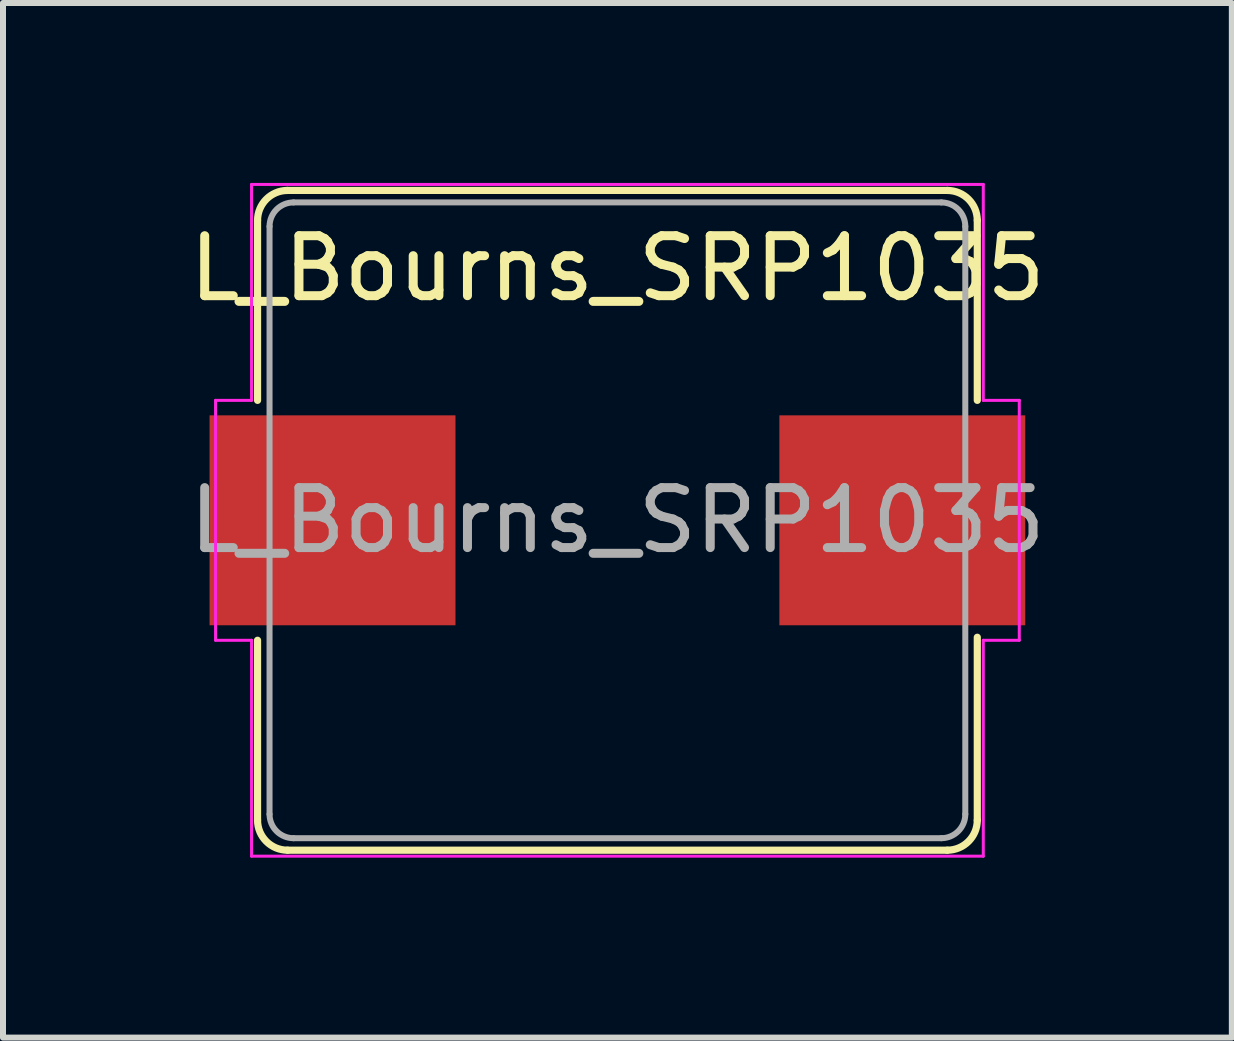
<source format=kicad_pcb>
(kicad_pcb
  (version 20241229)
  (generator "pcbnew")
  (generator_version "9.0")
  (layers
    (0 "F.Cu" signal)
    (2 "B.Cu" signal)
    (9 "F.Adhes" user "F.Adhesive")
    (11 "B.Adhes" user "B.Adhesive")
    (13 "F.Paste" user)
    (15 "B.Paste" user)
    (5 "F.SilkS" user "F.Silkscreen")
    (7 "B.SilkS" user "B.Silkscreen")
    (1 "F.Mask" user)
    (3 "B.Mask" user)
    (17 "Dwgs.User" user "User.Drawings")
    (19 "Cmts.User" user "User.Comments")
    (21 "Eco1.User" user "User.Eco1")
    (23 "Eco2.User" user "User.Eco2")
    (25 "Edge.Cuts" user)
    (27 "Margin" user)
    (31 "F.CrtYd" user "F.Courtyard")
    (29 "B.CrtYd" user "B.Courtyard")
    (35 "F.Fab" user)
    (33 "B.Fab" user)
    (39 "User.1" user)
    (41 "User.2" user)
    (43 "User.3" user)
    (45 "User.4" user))
  (footprint "L_Bourns_SRP1035"
    (layer "F.Cu")
    (at 7.244 5.625)
    (property "Reference" "L_Bourns_SRP1035" (at 0 -4.2 0) (layer "F.SilkS") (effects (font (size 1 1) (thickness 0.15))))
    (attr smd)
    (fp_line (start -6 -2) (end -6 -5) (stroke (width 0.12) (type solid)) (layer "F.SilkS"))
    (fp_line (start -6 5) (end -6 2) (stroke (width 0.12) (type solid)) (layer "F.SilkS"))
    (fp_line (start -5.5 -5.5) (end 5.5 -5.5) (stroke (width 0.12) (type solid)) (layer "F.SilkS"))
    (fp_line (start 5.5 5.5) (end -5.5 5.5) (stroke (width 0.12) (type solid)) (layer "F.SilkS"))
    (fp_line (start 6 -5) (end 6 -2) (stroke (width 0.12) (type solid)) (layer "F.SilkS"))
    (fp_line (start 6 1.95) (end 6 5) (stroke (width 0.12) (type solid)) (layer "F.SilkS"))
    (fp_arc (start -6 -5) (mid -5.853553 -5.353553) (end -5.5 -5.5) (stroke (width 0.12) (type solid)) (layer "F.SilkS"))
    (fp_arc (start -5.5 5.5) (mid -5.853553 5.353553) (end -6 5) (stroke (width 0.12) (type solid)) (layer "F.SilkS"))
    (fp_arc (start 5.5 -5.5) (mid 5.853553 -5.353553) (end 6 -5) (stroke (width 0.12) (type solid)) (layer "F.SilkS"))
    (fp_arc (start 6 5) (mid 5.853553 5.353553) (end 5.5 5.5) (stroke (width 0.12) (type solid)) (layer "F.SilkS"))
    (fp_line (start -6.7 -2) (end -6.1 -2) (stroke (width 0.05) (type solid)) (layer "F.CrtYd"))
    (fp_line (start -6.7 2) (end -6.7 -2) (stroke (width 0.05) (type solid)) (layer "F.CrtYd"))
    (fp_line (start -6.1 -5.6) (end 6.1 -5.6) (stroke (width 0.05) (type solid)) (layer "F.CrtYd"))
    (fp_line (start -6.1 -2) (end -6.1 -5.6) (stroke (width 0.05) (type solid)) (layer "F.CrtYd"))
    (fp_line (start -6.1 2) (end -6.7 2) (stroke (width 0.05) (type solid)) (layer "F.CrtYd"))
    (fp_line (start -6.1 5.6) (end -6.1 2) (stroke (width 0.05) (type solid)) (layer "F.CrtYd"))
    (fp_line (start 6.1 -5.6) (end 6.1 -2) (stroke (width 0.05) (type solid)) (layer "F.CrtYd"))
    (fp_line (start 6.1 -2) (end 6.7 -2) (stroke (width 0.05) (type solid)) (layer "F.CrtYd"))
    (fp_line (start 6.1 2) (end 6.1 5.6) (stroke (width 0.05) (type solid)) (layer "F.CrtYd"))
    (fp_line (start 6.1 5.6) (end -6.1 5.6) (stroke (width 0.05) (type solid)) (layer "F.CrtYd"))
    (fp_line (start 6.7 -2) (end 6.7 2) (stroke (width 0.05) (type solid)) (layer "F.CrtYd"))
    (fp_line (start 6.7 2) (end 6.1 2) (stroke (width 0.05) (type solid)) (layer "F.CrtYd"))
    (fp_line (start -5.8 4.9) (end -5.8 -4.9) (stroke (width 0.1) (type solid)) (layer "F.Fab"))
    (fp_line (start -5.4 -5.3) (end 5.4 -5.3) (stroke (width 0.1) (type solid)) (layer "F.Fab"))
    (fp_line (start 5.4 5.3) (end -5.4 5.3) (stroke (width 0.1) (type solid)) (layer "F.Fab"))
    (fp_line (start 5.8 -4.9) (end 5.8 4.9) (stroke (width 0.1) (type solid)) (layer "F.Fab"))
    (fp_arc (start -5.8 -4.9) (mid -5.682843 -5.182843) (end -5.4 -5.3) (stroke (width 0.1) (type solid)) (layer "F.Fab"))
    (fp_arc (start -5.4 5.3) (mid -5.682843 5.182843) (end -5.8 4.9) (stroke (width 0.1) (type solid)) (layer "F.Fab"))
    (fp_arc (start 5.4 -5.3) (mid 5.682843 -5.182843) (end 5.8 -4.9) (stroke (width 0.1) (type solid)) (layer "F.Fab"))
    (fp_arc (start 5.8 4.9) (mid 5.682843 5.182843) (end 5.4 5.3) (stroke (width 0.1) (type solid)) (layer "F.Fab"))
    (fp_text user "${REFERENCE}" (at 0 0 0) (layer "F.Fab") (effects (font (size 1 1) (thickness 0.15))))
    (pad "1" smd rect (at -4.75 0) (size 4.1 3.5) (layers "F.Cu" "F.Mask" "F.Paste"))
    (pad "2" smd rect (at 4.75 0) (size 4.1 3.5) (layers "F.Cu" "F.Mask" "F.Paste")))
  (gr_rect
    (start -3 -3)
    (end 17.488 14.25)
    (stroke (width 0.1) (type default))
    (fill no)
    (layer "Edge.Cuts")))
</source>
